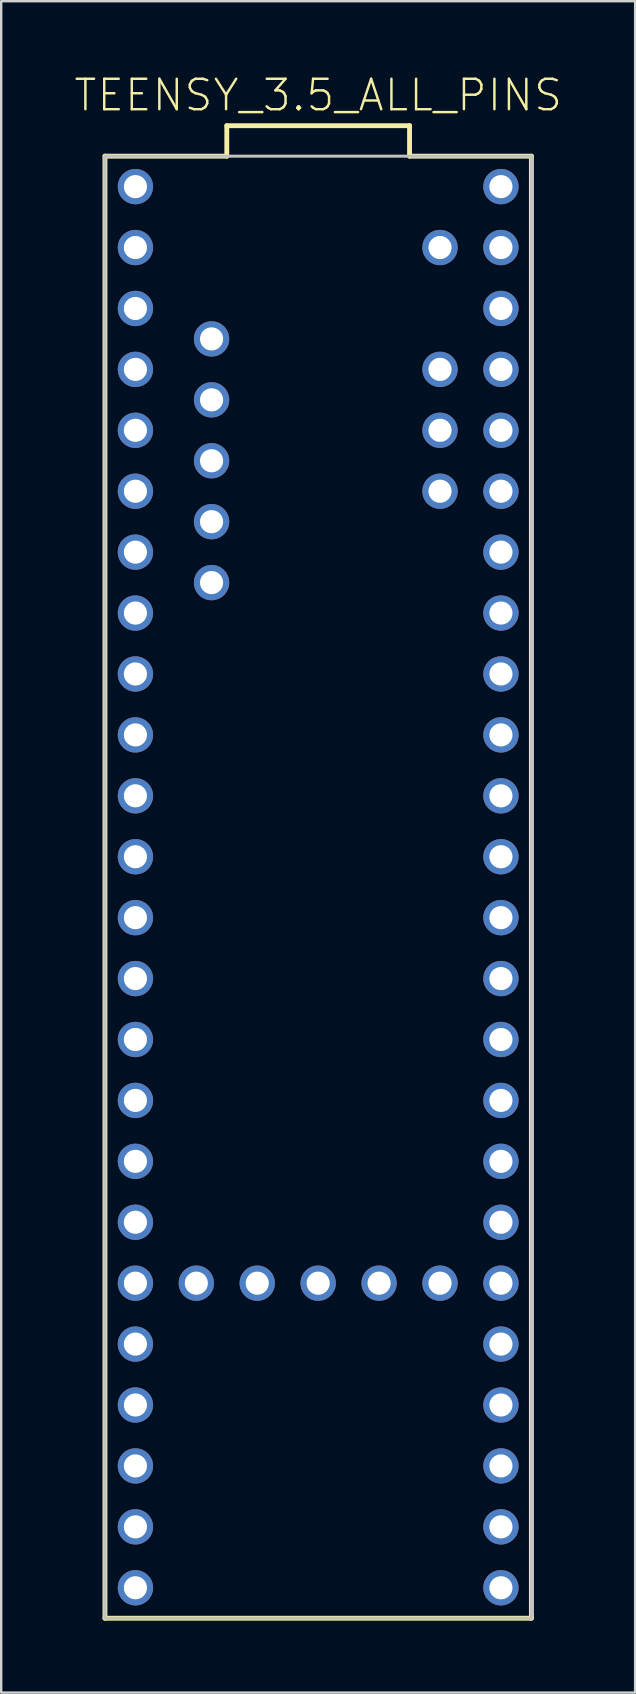
<source format=kicad_pcb>
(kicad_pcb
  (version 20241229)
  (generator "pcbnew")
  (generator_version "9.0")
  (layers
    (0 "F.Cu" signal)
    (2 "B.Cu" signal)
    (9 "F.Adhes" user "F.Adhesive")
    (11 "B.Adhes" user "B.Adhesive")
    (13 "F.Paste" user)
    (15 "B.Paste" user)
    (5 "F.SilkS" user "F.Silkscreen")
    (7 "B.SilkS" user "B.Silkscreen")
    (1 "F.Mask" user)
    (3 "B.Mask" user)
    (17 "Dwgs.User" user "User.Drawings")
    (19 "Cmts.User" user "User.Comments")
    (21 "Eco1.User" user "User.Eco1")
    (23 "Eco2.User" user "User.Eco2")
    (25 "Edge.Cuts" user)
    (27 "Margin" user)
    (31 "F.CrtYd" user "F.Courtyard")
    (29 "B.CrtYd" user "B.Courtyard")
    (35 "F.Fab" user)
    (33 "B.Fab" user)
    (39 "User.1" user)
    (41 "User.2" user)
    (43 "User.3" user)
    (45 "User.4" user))
  (footprint "TEENSY_3.5_ALL_PINS"
    (layer "F.Cu")
    (at 10.216 35.211)
    (property "Reference" "TEENSY_3.5_ALL_PINS" (at 0 -34.29 0) (layer "F.SilkS") (effects (font (size 1.27 1.27) (thickness 0.102))))
    (attr exclude_from_pos_files exclude_from_bom)
    (fp_line (start -8.89 -31.75) (end -3.81 -31.75) (stroke (width 0.203) (type solid)) (layer "F.SilkS"))
    (fp_line (start -8.89 29.21) (end -8.89 -31.75) (stroke (width 0.203) (type solid)) (layer "F.SilkS"))
    (fp_line (start -3.81 -33.02) (end 3.81 -33.02) (stroke (width 0.203) (type solid)) (layer "F.SilkS"))
    (fp_line (start -3.81 -31.75) (end -3.81 -33.02) (stroke (width 0.203) (type solid)) (layer "F.SilkS"))
    (fp_line (start 3.81 -33.02) (end 3.81 -31.75) (stroke (width 0.203) (type solid)) (layer "F.SilkS"))
    (fp_line (start 3.81 -31.75) (end 8.89 -31.75) (stroke (width 0.203) (type solid)) (layer "F.SilkS"))
    (fp_line (start 8.89 -31.75) (end 8.89 29.21) (stroke (width 0.203) (type solid)) (layer "F.SilkS"))
    (fp_line (start 8.89 29.21) (end -8.89 29.21) (stroke (width 0.203) (type solid)) (layer "F.SilkS"))
    (fp_line (start -8.89 -31.75) (end 8.89 -31.75) (stroke (width 0.127) (type solid)) (layer "Dwgs.User"))
    (fp_line (start -8.89 29.21) (end -8.89 -31.75) (stroke (width 0.127) (type solid)) (layer "Dwgs.User"))
    (fp_line (start 8.89 -31.75) (end 8.89 29.21) (stroke (width 0.127) (type solid)) (layer "Dwgs.User"))
    (fp_line (start 8.89 29.21) (end -8.89 29.21) (stroke (width 0.127) (type solid)) (layer "Dwgs.User"))
    (pad "0" thru_hole circle (at -7.62 -27.94) (size 1.473 1.473) (drill 0.965) (layers "*.Cu" "*.Paste" "*.Mask"))
    (pad "1" thru_hole circle (at -7.62 -25.4) (size 1.473 1.473) (drill 0.965) (layers "*.Cu" "*.Paste" "*.Mask"))
    (pad "2" thru_hole circle (at -7.62 -22.86) (size 1.473 1.473) (drill 0.965) (layers "*.Cu" "*.Paste" "*.Mask"))
    (pad "3" thru_hole circle (at -7.62 -20.32) (size 1.473 1.473) (drill 0.965) (layers "*.Cu" "*.Paste" "*.Mask"))
    (pad "3.3V" thru_hole circle (at 7.62 -25.4) (size 1.473 1.473) (drill 0.965) (layers "*.Cu" "*.Paste" "*.Mask"))
    (pad "3.3V3" thru_hole circle (at -7.62 5.08) (size 1.473 1.473) (drill 0.965) (layers "*.Cu" "*.Paste" "*.Mask"))
    (pad "3.3V4" thru_hole circle (at -2.54 15.24) (size 1.473 1.473) (drill 0.965) (layers "*.Cu" "*.Paste" "*.Mask"))
    (pad "4" thru_hole circle (at -7.62 -17.78) (size 1.473 1.473) (drill 0.965) (layers "*.Cu" "*.Paste" "*.Mask"))
    (pad "5" thru_hole circle (at -7.62 -15.24) (size 1.473 1.473) (drill 0.965) (layers "*.Cu" "*.Paste" "*.Mask"))
    (pad "6" thru_hole circle (at -7.62 -12.7) (size 1.473 1.473) (drill 0.965) (layers "*.Cu" "*.Paste" "*.Mask"))
    (pad "7" thru_hole circle (at -7.62 -10.16) (size 1.473 1.473) (drill 0.965) (layers "*.Cu" "*.Paste" "*.Mask"))
    (pad "8" thru_hole circle (at -7.62 -7.62) (size 1.473 1.473) (drill 0.965) (layers "*.Cu" "*.Paste" "*.Mask"))
    (pad "9" thru_hole circle (at -7.62 -5.08) (size 1.473 1.473) (drill 0.965) (layers "*.Cu" "*.Paste" "*.Mask"))
    (pad "10" thru_hole circle (at -7.62 -2.54) (size 1.473 1.473) (drill 0.965) (layers "*.Cu" "*.Paste" "*.Mask"))
    (pad "11" thru_hole circle (at -7.62 0) (size 1.473 1.473) (drill 0.965) (layers "*.Cu" "*.Paste" "*.Mask"))
    (pad "12" thru_hole circle (at -7.62 2.54) (size 1.473 1.473) (drill 0.965) (layers "*.Cu" "*.Paste" "*.Mask"))
    (pad "13" thru_hole circle (at 7.62 2.54) (size 1.473 1.473) (drill 0.965) (layers "*.Cu" "*.Paste" "*.Mask"))
    (pad "14/A0" thru_hole circle (at 7.62 0) (size 1.473 1.473) (drill 0.965) (layers "*.Cu" "*.Paste" "*.Mask"))
    (pad "15/A1" thru_hole circle (at 7.62 -2.54) (size 1.473 1.473) (drill 0.965) (layers "*.Cu" "*.Paste" "*.Mask"))
    (pad "16/A2" thru_hole circle (at 7.62 -5.08) (size 1.473 1.473) (drill 0.965) (layers "*.Cu" "*.Paste" "*.Mask"))
    (pad "17/A3" thru_hole circle (at 7.62 -7.62) (size 1.473 1.473) (drill 0.965) (layers "*.Cu" "*.Paste" "*.Mask"))
    (pad "18/A4" thru_hole circle (at 7.62 -10.16) (size 1.473 1.473) (drill 0.965) (layers "*.Cu" "*.Paste" "*.Mask"))
    (pad "19/A5" thru_hole circle (at 7.62 -12.7) (size 1.473 1.473) (drill 0.965) (layers "*.Cu" "*.Paste" "*.Mask"))
    (pad "20/A6" thru_hole circle (at 7.62 -15.24) (size 1.473 1.473) (drill 0.965) (layers "*.Cu" "*.Paste" "*.Mask"))
    (pad "21/A7" thru_hole circle (at 7.62 -17.78) (size 1.473 1.473) (drill 0.965) (layers "*.Cu" "*.Paste" "*.Mask"))
    (pad "22/A8" thru_hole circle (at 7.62 -20.32) (size 1.473 1.473) (drill 0.965) (layers "*.Cu" "*.Paste" "*.Mask"))
    (pad "23/A9" thru_hole circle (at 7.62 -22.86) (size 1.473 1.473) (drill 0.965) (layers "*.Cu" "*.Paste" "*.Mask"))
    (pad "24" thru_hole circle (at -7.62 7.62) (size 1.473 1.473) (drill 0.965) (layers "*.Cu" "*.Paste" "*.Mask"))
    (pad "25" thru_hole circle (at -7.62 10.16) (size 1.473 1.473) (drill 0.965) (layers "*.Cu" "*.Paste" "*.Mask"))
    (pad "26" thru_hole circle (at -7.62 12.7) (size 1.473 1.473) (drill 0.965) (layers "*.Cu" "*.Paste" "*.Mask"))
    (pad "27" thru_hole circle (at -7.62 15.24) (size 1.473 1.473) (drill 0.965) (layers "*.Cu" "*.Paste" "*.Mask"))
    (pad "28" thru_hole circle (at -7.62 17.78) (size 1.473 1.473) (drill 0.965) (layers "*.Cu" "*.Paste" "*.Mask"))
    (pad "29" thru_hole circle (at -7.62 20.32) (size 1.473 1.473) (drill 0.965) (layers "*.Cu" "*.Paste" "*.Mask"))
    (pad "30" thru_hole circle (at -7.62 22.86) (size 1.473 1.473) (drill 0.965) (layers "*.Cu" "*.Paste" "*.Mask"))
    (pad "31/A12" thru_hole circle (at -7.62 25.4) (size 1.473 1.473) (drill 0.965) (layers "*.Cu" "*.Paste" "*.Mask"))
    (pad "32/A13" thru_hole circle (at -7.62 27.94) (size 1.473 1.473) (drill 0.965) (layers "*.Cu" "*.Paste" "*.Mask"))
    (pad "33/A14" thru_hole circle (at 7.62 27.94) (size 1.473 1.473) (drill 0.965) (layers "*.Cu" "*.Paste" "*.Mask"))
    (pad "34/A15" thru_hole circle (at 7.62 25.4) (size 1.473 1.473) (drill 0.965) (layers "*.Cu" "*.Paste" "*.Mask"))
    (pad "35/A16" thru_hole circle (at 7.62 22.86) (size 1.473 1.473) (drill 0.965) (layers "*.Cu" "*.Paste" "*.Mask"))
    (pad "36/A17" thru_hole circle (at 7.62 20.32) (size 1.473 1.473) (drill 0.965) (layers "*.Cu" "*.Paste" "*.Mask"))
    (pad "37/A18" thru_hole circle (at 7.62 17.78) (size 1.473 1.473) (drill 0.965) (layers "*.Cu" "*.Paste" "*.Mask"))
    (pad "38/A19" thru_hole circle (at 7.62 15.24) (size 1.473 1.473) (drill 0.965) (layers "*.Cu" "*.Paste" "*.Mask"))
    (pad "39/A20" thru_hole circle (at 7.62 12.7) (size 1.473 1.473) (drill 0.965) (layers "*.Cu" "*.Paste" "*.Mask"))
    (pad "A10" thru_hole circle (at 5.08 -20.32) (size 1.473 1.473) (drill 0.965) (layers "*.Cu" "*.Paste" "*.Mask"))
    (pad "A11" thru_hole circle (at 5.08 -17.78) (size 1.473 1.473) (drill 0.965) (layers "*.Cu" "*.Paste" "*.Mask"))
    (pad "A21" thru_hole circle (at 7.62 10.16) (size 1.473 1.473) (drill 0.965) (layers "*.Cu" "*.Paste" "*.Mask"))
    (pad "A22" thru_hole circle (at 7.62 7.62) (size 1.473 1.473) (drill 0.965) (layers "*.Cu" "*.Paste" "*.Mask"))
    (pad "A25" thru_hole circle (at -4.445 -19.05) (size 1.473 1.473) (drill 0.965) (layers "*.Cu" "*.Paste" "*.Mask"))
    (pad "A26" thru_hole circle (at -4.445 -21.59) (size 1.473 1.473) (drill 0.965) (layers "*.Cu" "*.Paste" "*.Mask"))
    (pad "AGND" thru_hole circle (at 7.62 -27.94) (size 1.473 1.473) (drill 0.965) (layers "*.Cu" "*.Paste" "*.Mask"))
    (pad "AREF" thru_hole circle (at 5.08 -22.86) (size 1.473 1.473) (drill 0.965) (layers "*.Cu" "*.Paste" "*.Mask"))
    (pad "GND" thru_hole circle (at -7.62 -30.48) (size 1.473 1.473) (drill 0.965) (layers "*.Cu" "*.Paste" "*.Mask"))
    (pad "GND1" thru_hole circle (at 7.62 5.08) (size 1.473 1.473) (drill 0.965) (layers "*.Cu" "*.Paste" "*.Mask"))
    (pad "GND3" thru_hole circle (at -4.445 -16.51) (size 1.473 1.473) (drill 0.965) (layers "*.Cu" "*.Paste" "*.Mask"))
    (pad "GND4" thru_hole circle (at -4.445 -13.97) (size 1.473 1.473) (drill 0.965) (layers "*.Cu" "*.Paste" "*.Mask"))
    (pad "GND6" thru_hole circle (at 0 15.24) (size 1.473 1.473) (drill 0.965) (layers "*.Cu" "*.Paste" "*.Mask"))
    (pad "NC" thru_hole circle (at -4.445 -24.13) (size 1.473 1.473) (drill 0.965) (layers "*.Cu" "*.Paste" "*.Mask"))
    (pad "PGM" thru_hole circle (at 2.54 15.24) (size 1.473 1.473) (drill 0.965) (layers "*.Cu" "*.Paste" "*.Mask"))
    (pad "RESET" thru_hole circle (at 5.08 15.24) (size 1.473 1.473) (drill 0.965) (layers "*.Cu" "*.Paste" "*.Mask"))
    (pad "VBAT" thru_hole circle (at -5.08 15.24) (size 1.473 1.473) (drill 0.965) (layers "*.Cu" "*.Paste" "*.Mask"))
    (pad "VIN" thru_hole circle (at 7.62 -30.48) (size 1.473 1.473) (drill 0.965) (layers "*.Cu" "*.Paste" "*.Mask"))
    (pad "VUSB" thru_hole circle (at 5.08 -27.94) (size 1.473 1.473) (drill 0.965) (layers "*.Cu" "*.Paste" "*.Mask")))
  (gr_rect
    (start -3 -3)
    (end 23.431 67.523)
    (stroke (width 0.1) (type default))
    (fill no)
    (layer "Edge.Cuts")))
</source>
